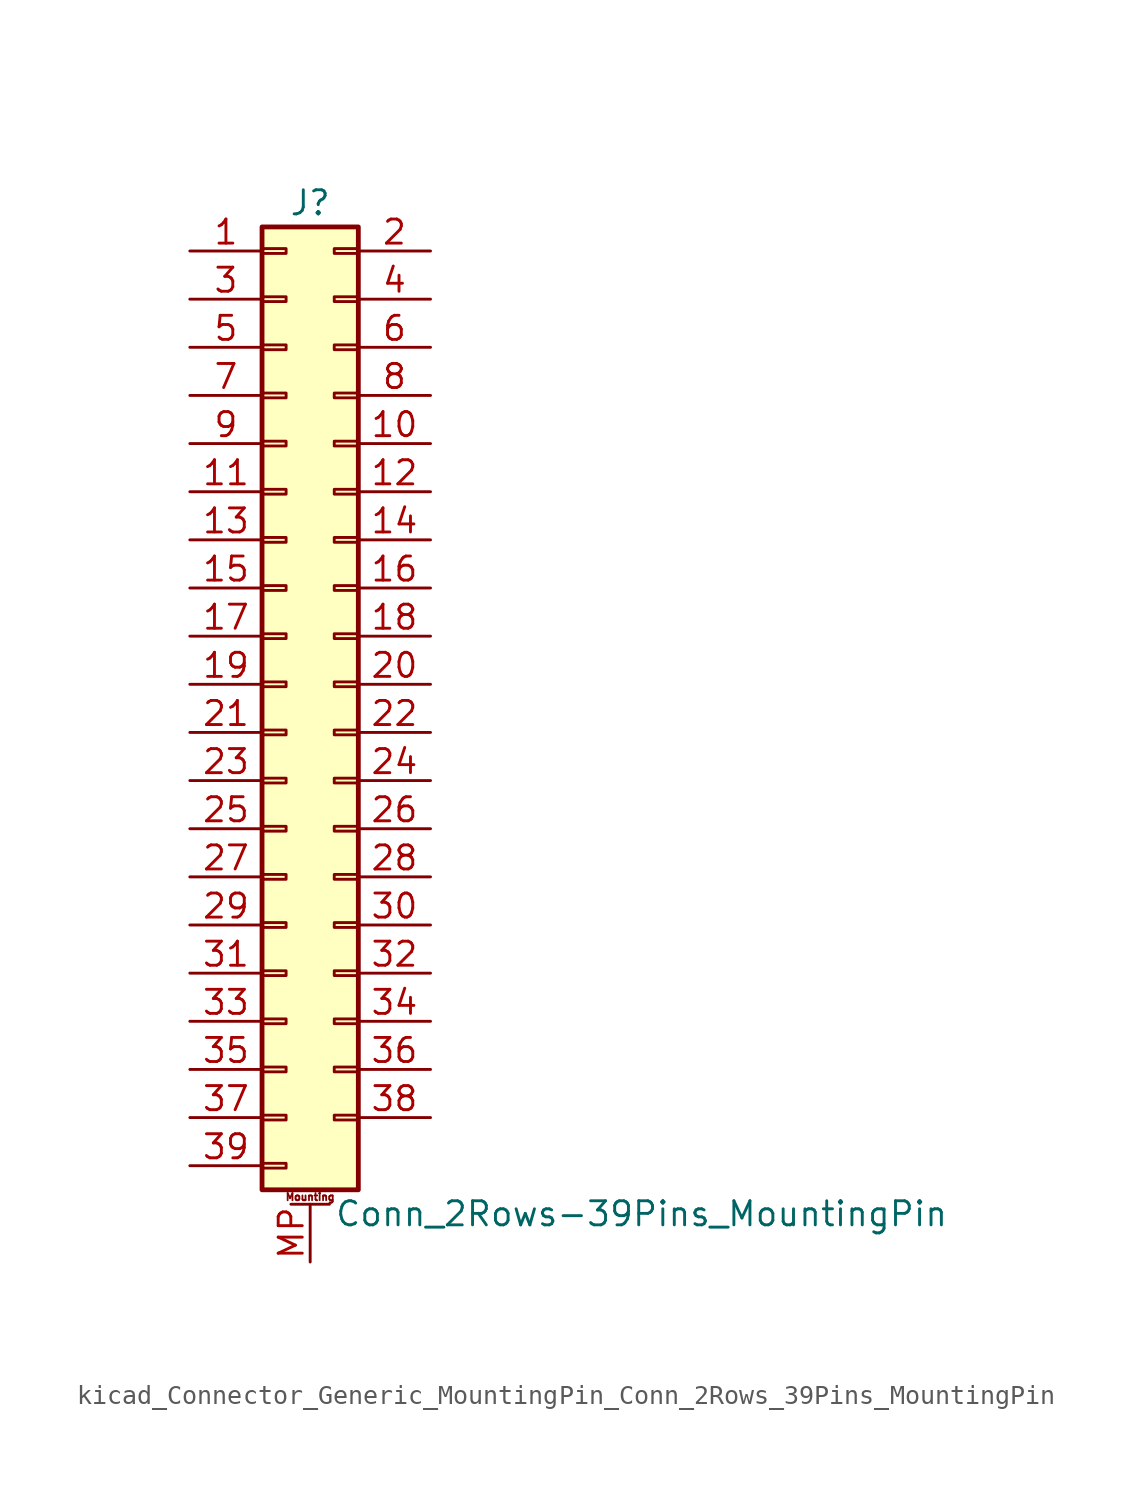
<source format=kicad_sym>
(kicad_symbol_lib
  (version 20220914)
  (generator kicad_symbol_editor)
  (symbol "kicad_Connector_Generic_MountingPin_Conn_2Rows_39Pins_MountingPin"
    (pin_names
      (offset 1.016) hide)
    (property "Reference" "J"
      (at 1.27 25.4 0)
      (effects (font (size 1.27 1.27))))
    (property "Value" "Conn_2Rows-39Pins_MountingPin"
      (at 2.54 -27.94 0)
      (effects (font (size 1.27 1.27)) (justify left)))
    (symbol "kicad_Connector_Generic_MountingPin_Conn_2Rows_39Pins_MountingPin_1_1"
      (rectangle (start -1.27 -25.273) (end 0 -25.527) (stroke (width 0.152) (type default)) (fill (type none)))
      (rectangle (start -1.27 -22.733) (end 0 -22.987) (stroke (width 0.152) (type default)) (fill (type none)))
      (rectangle (start -1.27 -20.193) (end 0 -20.447) (stroke (width 0.152) (type default)) (fill (type none)))
      (rectangle (start -1.27 -17.653) (end 0 -17.907) (stroke (width 0.152) (type default)) (fill (type none)))
      (rectangle (start -1.27 -15.113) (end 0 -15.367) (stroke (width 0.152) (type default)) (fill (type none)))
      (rectangle (start -1.27 -12.573) (end 0 -12.827) (stroke (width 0.152) (type default)) (fill (type none)))
      (rectangle (start -1.27 -10.033) (end 0 -10.287) (stroke (width 0.152) (type default)) (fill (type none)))
      (rectangle (start -1.27 -7.493) (end 0 -7.747) (stroke (width 0.152) (type default)) (fill (type none)))
      (rectangle (start -1.27 -4.953) (end 0 -5.207) (stroke (width 0.152) (type default)) (fill (type none)))
      (rectangle (start -1.27 -2.413) (end 0 -2.667) (stroke (width 0.152) (type default)) (fill (type none)))
      (rectangle (start -1.27 0.127) (end 0 -0.127) (stroke (width 0.152) (type default)) (fill (type none)))
      (rectangle (start -1.27 2.667) (end 0 2.413) (stroke (width 0.152) (type default)) (fill (type none)))
      (rectangle (start -1.27 5.207) (end 0 4.953) (stroke (width 0.152) (type default)) (fill (type none)))
      (rectangle (start -1.27 7.747) (end 0 7.493) (stroke (width 0.152) (type default)) (fill (type none)))
      (rectangle (start -1.27 10.287) (end 0 10.033) (stroke (width 0.152) (type default)) (fill (type none)))
      (rectangle (start -1.27 12.827) (end 0 12.573) (stroke (width 0.152) (type default)) (fill (type none)))
      (rectangle (start -1.27 15.367) (end 0 15.113) (stroke (width 0.152) (type default)) (fill (type none)))
      (rectangle (start -1.27 17.907) (end 0 17.653) (stroke (width 0.152) (type default)) (fill (type none)))
      (rectangle (start -1.27 20.447) (end 0 20.193) (stroke (width 0.152) (type default)) (fill (type none)))
      (rectangle (start -1.27 22.987) (end 0 22.733) (stroke (width 0.152) (type default)) (fill (type none)))
      (rectangle (start -1.27 24.13) (end 3.81 -26.67) (stroke (width 0.254) (type default)) (fill (type background)))
      (polyline (pts (xy 0.254 -27.432) (xy 2.286 -27.432)) (stroke (width 0.152) (type default)) (fill (type none)))
      (rectangle (start 3.81 -22.733) (end 2.54 -22.987) (stroke (width 0.152) (type default)) (fill (type none)))
      (rectangle (start 3.81 -20.193) (end 2.54 -20.447) (stroke (width 0.152) (type default)) (fill (type none)))
      (rectangle (start 3.81 -17.653) (end 2.54 -17.907) (stroke (width 0.152) (type default)) (fill (type none)))
      (rectangle (start 3.81 -15.113) (end 2.54 -15.367) (stroke (width 0.152) (type default)) (fill (type none)))
      (rectangle (start 3.81 -12.573) (end 2.54 -12.827) (stroke (width 0.152) (type default)) (fill (type none)))
      (rectangle (start 3.81 -10.033) (end 2.54 -10.287) (stroke (width 0.152) (type default)) (fill (type none)))
      (rectangle (start 3.81 -7.493) (end 2.54 -7.747) (stroke (width 0.152) (type default)) (fill (type none)))
      (rectangle (start 3.81 -4.953) (end 2.54 -5.207) (stroke (width 0.152) (type default)) (fill (type none)))
      (rectangle (start 3.81 -2.413) (end 2.54 -2.667) (stroke (width 0.152) (type default)) (fill (type none)))
      (rectangle (start 3.81 0.127) (end 2.54 -0.127) (stroke (width 0.152) (type default)) (fill (type none)))
      (rectangle (start 3.81 2.667) (end 2.54 2.413) (stroke (width 0.152) (type default)) (fill (type none)))
      (rectangle (start 3.81 5.207) (end 2.54 4.953) (stroke (width 0.152) (type default)) (fill (type none)))
      (rectangle (start 3.81 7.747) (end 2.54 7.493) (stroke (width 0.152) (type default)) (fill (type none)))
      (rectangle (start 3.81 10.287) (end 2.54 10.033) (stroke (width 0.152) (type default)) (fill (type none)))
      (rectangle (start 3.81 12.827) (end 2.54 12.573) (stroke (width 0.152) (type default)) (fill (type none)))
      (rectangle (start 3.81 15.367) (end 2.54 15.113) (stroke (width 0.152) (type default)) (fill (type none)))
      (rectangle (start 3.81 17.907) (end 2.54 17.653) (stroke (width 0.152) (type default)) (fill (type none)))
      (rectangle (start 3.81 20.447) (end 2.54 20.193) (stroke (width 0.152) (type default)) (fill (type none)))
      (rectangle (start 3.81 22.987) (end 2.54 22.733) (stroke (width 0.152) (type default)) (fill (type none)))
      (text "Mounting" (at 1.27 -27.051 0) (effects (font (size 0.381 0.381))))
      (pin passive line (at -5.08 22.86 0) (length 3.81) (name "Pin_1" (effects (font (size 1.27 1.27)))) (number "1" (effects (font (size 1.27 1.27)))))
      (pin passive line (at 7.62 12.7 180) (length 3.81) (name "Pin_10" (effects (font (size 1.27 1.27)))) (number "10" (effects (font (size 1.27 1.27)))))
      (pin passive line (at -5.08 10.16 0) (length 3.81) (name "Pin_11" (effects (font (size 1.27 1.27)))) (number "11" (effects (font (size 1.27 1.27)))))
      (pin passive line (at 7.62 10.16 180) (length 3.81) (name "Pin_12" (effects (font (size 1.27 1.27)))) (number "12" (effects (font (size 1.27 1.27)))))
      (pin passive line (at -5.08 7.62 0) (length 3.81) (name "Pin_13" (effects (font (size 1.27 1.27)))) (number "13" (effects (font (size 1.27 1.27)))))
      (pin passive line (at 7.62 7.62 180) (length 3.81) (name "Pin_14" (effects (font (size 1.27 1.27)))) (number "14" (effects (font (size 1.27 1.27)))))
      (pin passive line (at -5.08 5.08 0) (length 3.81) (name "Pin_15" (effects (font (size 1.27 1.27)))) (number "15" (effects (font (size 1.27 1.27)))))
      (pin passive line (at 7.62 5.08 180) (length 3.81) (name "Pin_16" (effects (font (size 1.27 1.27)))) (number "16" (effects (font (size 1.27 1.27)))))
      (pin passive line (at -5.08 2.54 0) (length 3.81) (name "Pin_17" (effects (font (size 1.27 1.27)))) (number "17" (effects (font (size 1.27 1.27)))))
      (pin passive line (at 7.62 2.54 180) (length 3.81) (name "Pin_18" (effects (font (size 1.27 1.27)))) (number "18" (effects (font (size 1.27 1.27)))))
      (pin passive line (at -5.08 0 0) (length 3.81) (name "Pin_19" (effects (font (size 1.27 1.27)))) (number "19" (effects (font (size 1.27 1.27)))))
      (pin passive line (at 7.62 22.86 180) (length 3.81) (name "Pin_2" (effects (font (size 1.27 1.27)))) (number "2" (effects (font (size 1.27 1.27)))))
      (pin passive line (at 7.62 0 180) (length 3.81) (name "Pin_20" (effects (font (size 1.27 1.27)))) (number "20" (effects (font (size 1.27 1.27)))))
      (pin passive line (at -5.08 -2.54 0) (length 3.81) (name "Pin_21" (effects (font (size 1.27 1.27)))) (number "21" (effects (font (size 1.27 1.27)))))
      (pin passive line (at 7.62 -2.54 180) (length 3.81) (name "Pin_22" (effects (font (size 1.27 1.27)))) (number "22" (effects (font (size 1.27 1.27)))))
      (pin passive line (at -5.08 -5.08 0) (length 3.81) (name "Pin_23" (effects (font (size 1.27 1.27)))) (number "23" (effects (font (size 1.27 1.27)))))
      (pin passive line (at 7.62 -5.08 180) (length 3.81) (name "Pin_24" (effects (font (size 1.27 1.27)))) (number "24" (effects (font (size 1.27 1.27)))))
      (pin passive line (at -5.08 -7.62 0) (length 3.81) (name "Pin_25" (effects (font (size 1.27 1.27)))) (number "25" (effects (font (size 1.27 1.27)))))
      (pin passive line (at 7.62 -7.62 180) (length 3.81) (name "Pin_26" (effects (font (size 1.27 1.27)))) (number "26" (effects (font (size 1.27 1.27)))))
      (pin passive line (at -5.08 -10.16 0) (length 3.81) (name "Pin_27" (effects (font (size 1.27 1.27)))) (number "27" (effects (font (size 1.27 1.27)))))
      (pin passive line (at 7.62 -10.16 180) (length 3.81) (name "Pin_28" (effects (font (size 1.27 1.27)))) (number "28" (effects (font (size 1.27 1.27)))))
      (pin passive line (at -5.08 -12.7 0) (length 3.81) (name "Pin_29" (effects (font (size 1.27 1.27)))) (number "29" (effects (font (size 1.27 1.27)))))
      (pin passive line (at -5.08 20.32 0) (length 3.81) (name "Pin_3" (effects (font (size 1.27 1.27)))) (number "3" (effects (font (size 1.27 1.27)))))
      (pin passive line (at 7.62 -12.7 180) (length 3.81) (name "Pin_30" (effects (font (size 1.27 1.27)))) (number "30" (effects (font (size 1.27 1.27)))))
      (pin passive line (at -5.08 -15.24 0) (length 3.81) (name "Pin_31" (effects (font (size 1.27 1.27)))) (number "31" (effects (font (size 1.27 1.27)))))
      (pin passive line (at 7.62 -15.24 180) (length 3.81) (name "Pin_32" (effects (font (size 1.27 1.27)))) (number "32" (effects (font (size 1.27 1.27)))))
      (pin passive line (at -5.08 -17.78 0) (length 3.81) (name "Pin_33" (effects (font (size 1.27 1.27)))) (number "33" (effects (font (size 1.27 1.27)))))
      (pin passive line (at 7.62 -17.78 180) (length 3.81) (name "Pin_34" (effects (font (size 1.27 1.27)))) (number "34" (effects (font (size 1.27 1.27)))))
      (pin passive line (at -5.08 -20.32 0) (length 3.81) (name "Pin_35" (effects (font (size 1.27 1.27)))) (number "35" (effects (font (size 1.27 1.27)))))
      (pin passive line (at 7.62 -20.32 180) (length 3.81) (name "Pin_36" (effects (font (size 1.27 1.27)))) (number "36" (effects (font (size 1.27 1.27)))))
      (pin passive line (at -5.08 -22.86 0) (length 3.81) (name "Pin_37" (effects (font (size 1.27 1.27)))) (number "37" (effects (font (size 1.27 1.27)))))
      (pin passive line (at 7.62 -22.86 180) (length 3.81) (name "Pin_38" (effects (font (size 1.27 1.27)))) (number "38" (effects (font (size 1.27 1.27)))))
      (pin passive line (at -5.08 -25.4 0) (length 3.81) (name "Pin_39" (effects (font (size 1.27 1.27)))) (number "39" (effects (font (size 1.27 1.27)))))
      (pin passive line (at 7.62 20.32 180) (length 3.81) (name "Pin_4" (effects (font (size 1.27 1.27)))) (number "4" (effects (font (size 1.27 1.27)))))
      (pin passive line (at -5.08 17.78 0) (length 3.81) (name "Pin_5" (effects (font (size 1.27 1.27)))) (number "5" (effects (font (size 1.27 1.27)))))
      (pin passive line (at 7.62 17.78 180) (length 3.81) (name "Pin_6" (effects (font (size 1.27 1.27)))) (number "6" (effects (font (size 1.27 1.27)))))
      (pin passive line (at -5.08 15.24 0) (length 3.81) (name "Pin_7" (effects (font (size 1.27 1.27)))) (number "7" (effects (font (size 1.27 1.27)))))
      (pin passive line (at 7.62 15.24 180) (length 3.81) (name "Pin_8" (effects (font (size 1.27 1.27)))) (number "8" (effects (font (size 1.27 1.27)))))
      (pin passive line (at -5.08 12.7 0) (length 3.81) (name "Pin_9" (effects (font (size 1.27 1.27)))) (number "9" (effects (font (size 1.27 1.27)))))
      (pin passive line (at 1.27 -30.48 90) (length 3.048) (name "MountPin" (effects (font (size 1.27 1.27)))) (number "MP" (effects (font (size 1.27 1.27))))))))
</source>
